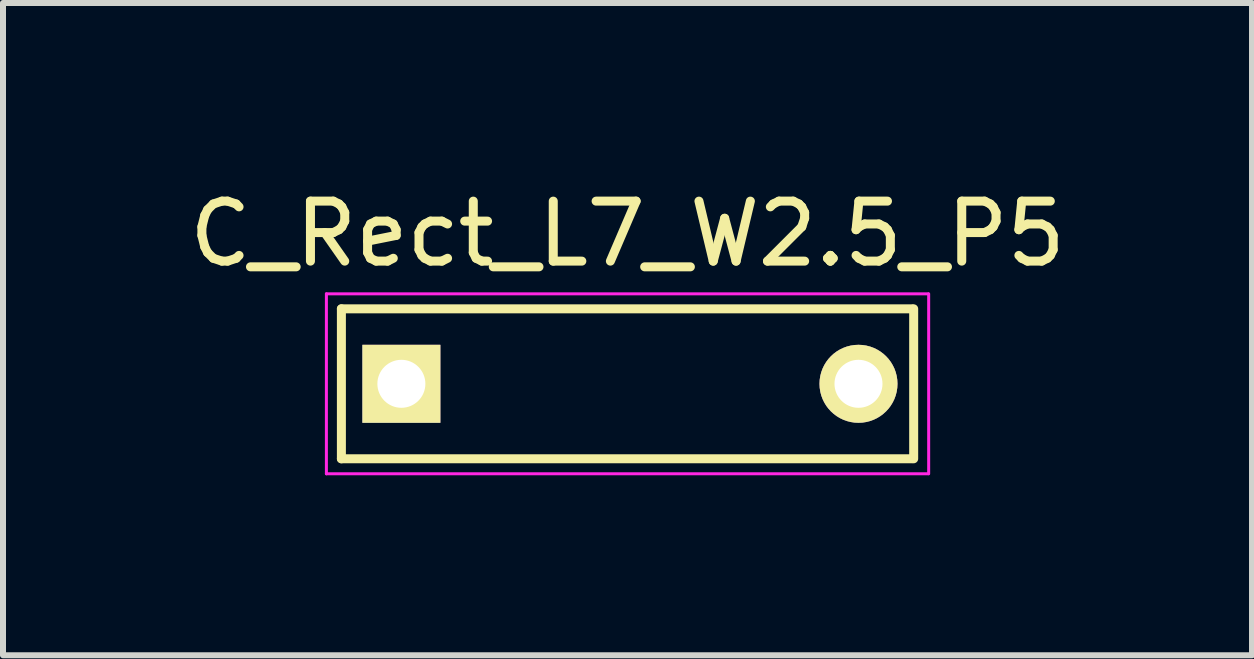
<source format=kicad_pcb>
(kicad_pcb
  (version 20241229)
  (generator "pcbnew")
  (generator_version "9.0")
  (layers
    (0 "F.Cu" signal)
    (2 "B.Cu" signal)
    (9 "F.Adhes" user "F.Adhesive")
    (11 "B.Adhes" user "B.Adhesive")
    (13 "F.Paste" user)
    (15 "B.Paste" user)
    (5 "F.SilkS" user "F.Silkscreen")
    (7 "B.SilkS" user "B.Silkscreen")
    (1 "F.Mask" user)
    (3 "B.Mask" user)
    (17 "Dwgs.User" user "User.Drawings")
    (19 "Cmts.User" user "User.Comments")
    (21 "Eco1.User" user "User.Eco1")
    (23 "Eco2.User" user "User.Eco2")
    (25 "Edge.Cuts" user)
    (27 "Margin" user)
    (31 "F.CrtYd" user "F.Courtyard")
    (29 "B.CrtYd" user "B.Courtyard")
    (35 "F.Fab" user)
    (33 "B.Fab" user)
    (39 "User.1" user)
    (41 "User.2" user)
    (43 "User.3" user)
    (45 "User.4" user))
  (footprint "C_Rect_L7_W2.5_P5"
    (layer "F.Cu")
    (at 7.451 3.348)
    (property "Reference" "C_Rect_L7_W2.5_P5" (at -0.04 -2.5 0) (layer "F.SilkS") (effects (font (size 1 1) (thickness 0.15))))
    (attr through_hole)
    (fp_line (start -4.81 -1.25) (end 4.7 -1.25) (stroke (width 0.15) (type solid)) (layer "F.SilkS"))
    (fp_line (start -4.81 1.25) (end -4.81 -1.25) (stroke (width 0.15) (type solid)) (layer "F.SilkS"))
    (fp_line (start 4.7 1.25) (end -4.81 1.25) (stroke (width 0.15) (type solid)) (layer "F.SilkS"))
    (fp_line (start 4.73 -1.25) (end 4.73 1.25) (stroke (width 0.15) (type solid)) (layer "F.SilkS"))
    (fp_line (start -5.06 -1.5) (end 4.97 -1.5) (stroke (width 0.05) (type solid)) (layer "F.CrtYd"))
    (fp_line (start -5.06 1.5) (end -5.06 -1.5) (stroke (width 0.05) (type solid)) (layer "F.CrtYd"))
    (fp_line (start 4.97 1.5) (end -5.06 1.5) (stroke (width 0.05) (type solid)) (layer "F.CrtYd"))
    (fp_line (start 4.98 -1.5) (end 4.98 1.5) (stroke (width 0.05) (type solid)) (layer "F.CrtYd"))
    (pad "1" thru_hole rect (at -3.81 0) (size 1.3 1.3) (drill 0.8) (layers "*.Cu" "*.Mask" "F.SilkS"))
    (pad "2" thru_hole circle (at 3.81 0) (size 1.3 1.3) (drill 0.8) (layers "*.Cu" "*.Mask" "F.SilkS")))
  (gr_rect
    (start -3 -3)
    (end 17.821 7.873)
    (stroke (width 0.1) (type default))
    (fill no)
    (layer "Edge.Cuts")))
</source>
